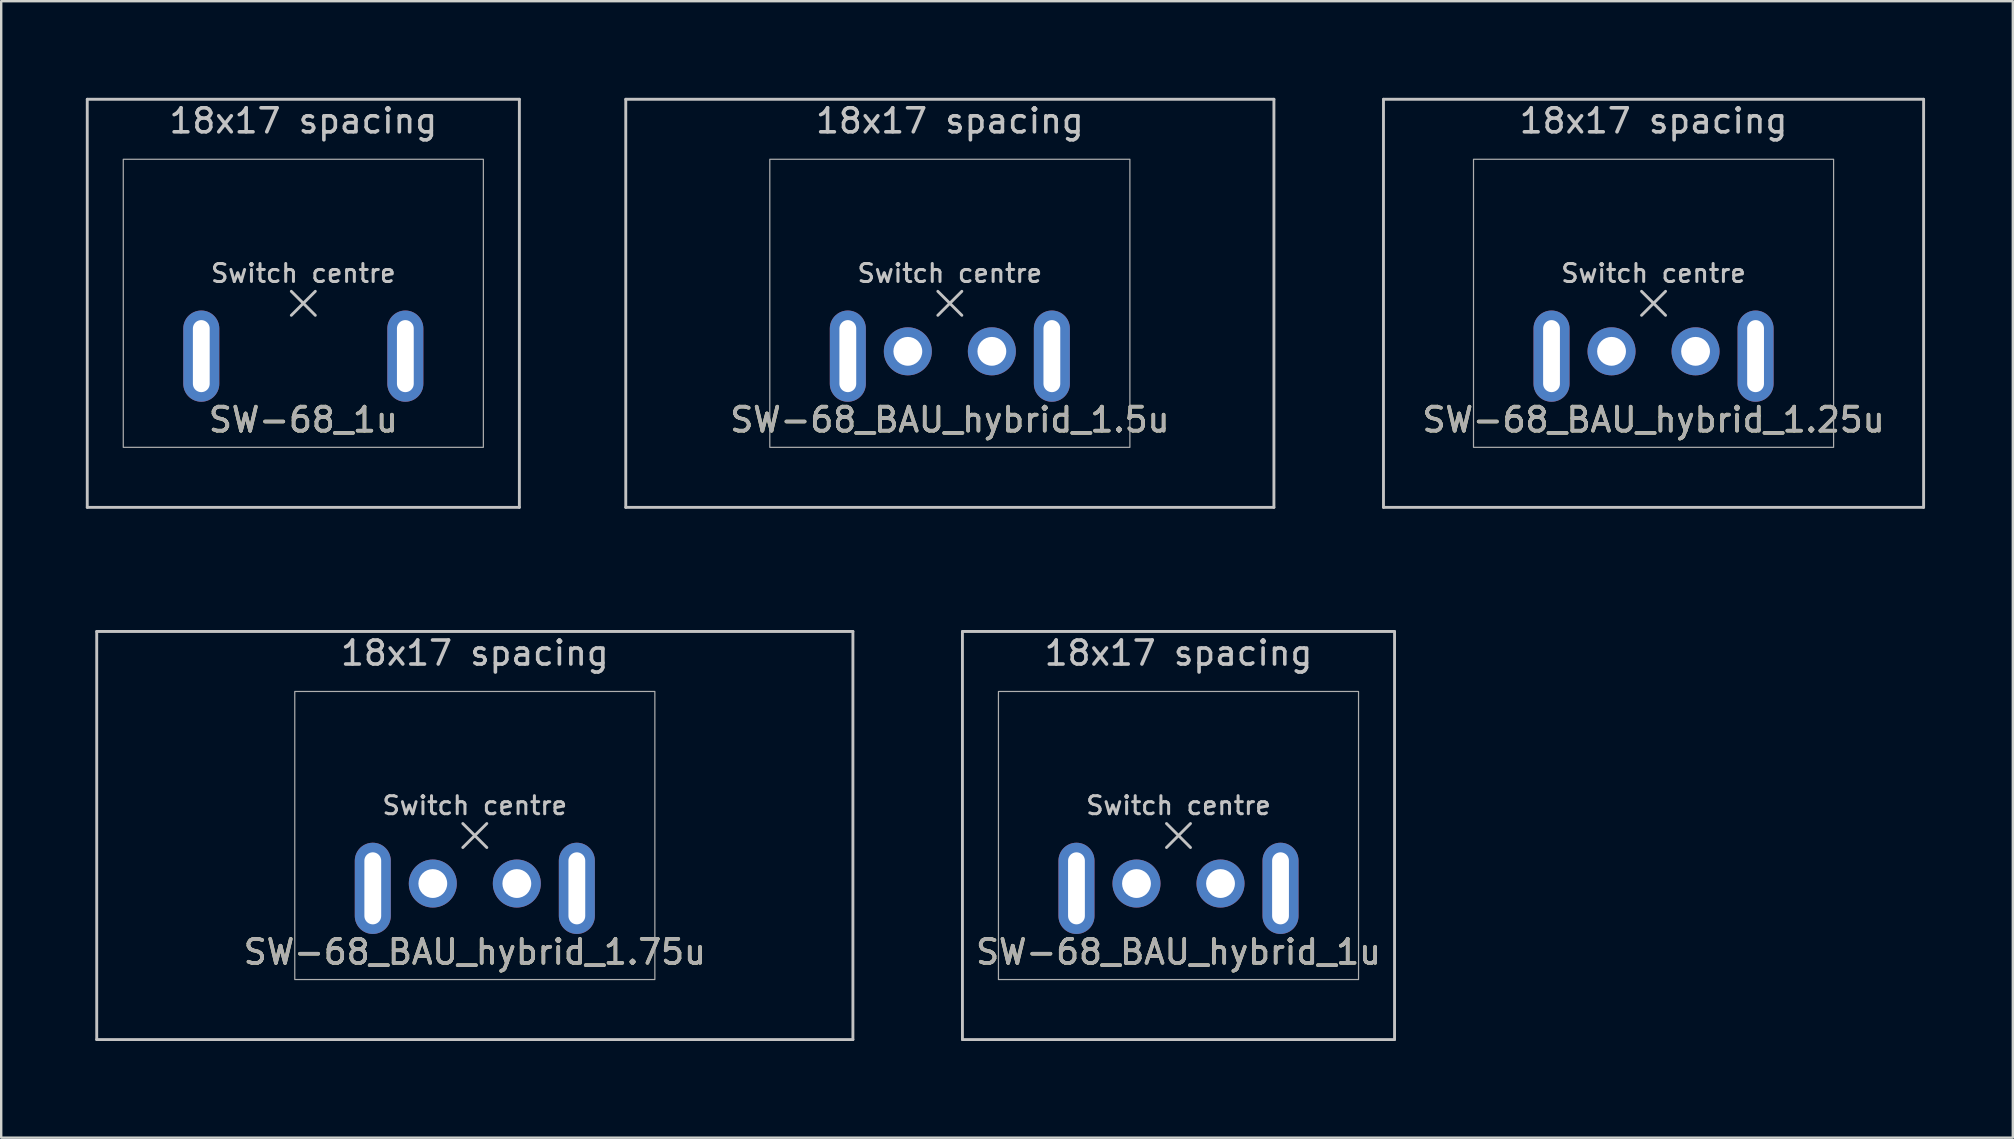
<source format=kicad_pcb>
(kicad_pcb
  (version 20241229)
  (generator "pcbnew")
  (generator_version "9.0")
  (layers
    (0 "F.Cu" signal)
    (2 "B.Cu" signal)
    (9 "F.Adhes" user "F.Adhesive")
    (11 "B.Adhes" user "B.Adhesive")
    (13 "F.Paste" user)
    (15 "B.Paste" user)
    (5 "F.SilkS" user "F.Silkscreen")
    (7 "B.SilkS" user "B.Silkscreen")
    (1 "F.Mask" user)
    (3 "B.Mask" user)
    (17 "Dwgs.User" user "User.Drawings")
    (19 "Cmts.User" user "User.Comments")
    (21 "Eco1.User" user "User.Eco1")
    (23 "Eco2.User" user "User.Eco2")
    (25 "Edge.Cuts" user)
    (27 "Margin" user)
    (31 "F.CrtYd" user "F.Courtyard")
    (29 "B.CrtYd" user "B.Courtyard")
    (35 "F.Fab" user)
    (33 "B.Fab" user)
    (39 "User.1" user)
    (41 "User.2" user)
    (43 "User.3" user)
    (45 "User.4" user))
  (footprint "SW-68_BAU_hybrid_1.5u"
    (layer "F.Cu")
    (at 36.517 9.585)
    (property "Reference" "SW-68_BAU_hybrid_1.5u" (at 0 4.85 0) (unlocked yes) (layer "F.SilkS") (effects (font (size 1 1) (thickness 0.15))))
    (attr through_hole)
    (fp_line (start -13.5 -8.5) (end 13.5 -8.5) (stroke (width 0.12) (type solid)) (layer "Dwgs.User"))
    (fp_line (start -13.5 8.5) (end -13.5 -8.5) (stroke (width 0.12) (type solid)) (layer "Dwgs.User"))
    (fp_line (start -0.5 -0.5) (end 0.5 0.5) (stroke (width 0.12) (type solid)) (layer "Dwgs.User"))
    (fp_line (start -0.5 0.5) (end 0.5 -0.5) (stroke (width 0.12) (type solid)) (layer "Dwgs.User"))
    (fp_line (start 13.5 -8.5) (end 13.5 8.5) (stroke (width 0.12) (type solid)) (layer "Dwgs.User"))
    (fp_line (start 13.5 8.5) (end -13.5 8.5) (stroke (width 0.12) (type solid)) (layer "Dwgs.User"))
    (fp_line (start -14.287 -9.525) (end -14.287 9.525) (stroke (width 0.12) (type solid)) (layer "Eco1.User"))
    (fp_line (start -14.287 9.525) (end 14.287 9.525) (stroke (width 0.12) (type solid)) (layer "Eco1.User"))
    (fp_line (start 14.287 -9.525) (end -14.287 -9.525) (stroke (width 0.12) (type solid)) (layer "Eco1.User"))
    (fp_line (start 14.287 9.525) (end 14.287 -9.525) (stroke (width 0.12) (type solid)) (layer "Eco1.User"))
    (fp_rect (start 7.5 6) (end -7.5 -6) (stroke (width 0.05) (type solid)) (fill no) (layer "F.Fab"))
    (fp_text user "Switch centre" (at 0 -1.25 0) (unlocked yes) (layer "Dwgs.User") (effects (font (size 0.75 0.75) (thickness 0.125))))
    (fp_text user "18x17 spacing" (at 0 -7.6 0) (layer "Dwgs.User") (effects (font (size 1 1) (thickness 0.15))))
    (fp_text user "19.05 spacing" (at 0 -8.7 0) (layer "Eco1.User") (effects (font (size 1 1) (thickness 0.15))))
    (fp_text user "${REFERENCE}" (at 0 4.85 0) (unlocked yes) (layer "F.Fab") (effects (font (size 1 1) (thickness 0.15))))
    (pad "1" thru_hole circle (at 1.75 2) (size 2 2) (drill 1.2) (layers "*.Cu" "*.Mask"))
    (pad "1" thru_hole oval (at 4.25 2.2) (size 1.5 3.8) (drill oval 0.7 3) (layers "*.Cu" "*.Mask"))
    (pad "2" thru_hole oval (at -4.25 2.2) (size 1.5 3.8) (drill oval 0.7 3) (layers "*.Cu" "*.Mask"))
    (pad "2" thru_hole circle (at -1.75 2) (size 2 2) (drill 1.2) (layers "*.Cu" "*.Mask")))
  (footprint "SW-68_BAU_hybrid_1u"
    (layer "F.Cu")
    (at 46.042 31.755)
    (property "Reference" "SW-68_BAU_hybrid_1u" (at 0 4.85 0) (unlocked yes) (layer "F.SilkS") (effects (font (size 1 1) (thickness 0.15))))
    (attr through_hole)
    (fp_line (start -9 -8.5) (end 9 -8.5) (stroke (width 0.12) (type solid)) (layer "Dwgs.User"))
    (fp_line (start -9 8.5) (end -9 -8.5) (stroke (width 0.12) (type solid)) (layer "Dwgs.User"))
    (fp_line (start -9 8.5) (end 9 8.5) (stroke (width 0.12) (type solid)) (layer "Dwgs.User"))
    (fp_line (start -0.5 -0.5) (end 0.5 0.5) (stroke (width 0.12) (type solid)) (layer "Dwgs.User"))
    (fp_line (start -0.5 0.5) (end 0.5 -0.5) (stroke (width 0.12) (type solid)) (layer "Dwgs.User"))
    (fp_line (start 9 -8.5) (end 9 8.5) (stroke (width 0.12) (type solid)) (layer "Dwgs.User"))
    (fp_line (start -9.525 -9.525) (end -9.525 9.525) (stroke (width 0.12) (type solid)) (layer "Eco1.User"))
    (fp_line (start 9.525 -9.525) (end -9.525 -9.525) (stroke (width 0.12) (type solid)) (layer "Eco1.User"))
    (fp_line (start 9.525 9.525) (end -9.525 9.525) (stroke (width 0.12) (type solid)) (layer "Eco1.User"))
    (fp_line (start 9.525 9.525) (end 9.525 -9.525) (stroke (width 0.12) (type solid)) (layer "Eco1.User"))
    (fp_rect (start 7.5 6) (end -7.5 -6) (stroke (width 0.05) (type solid)) (fill no) (layer "F.Fab"))
    (fp_text user "Switch centre" (at 0 -1.25 0) (unlocked yes) (layer "Dwgs.User") (effects (font (size 0.75 0.75) (thickness 0.125))))
    (fp_text user "18x17 spacing" (at 0 -7.6 180) (layer "Dwgs.User") (effects (font (size 1 1) (thickness 0.15))))
    (fp_text user "19.05 spacing" (at 0 -8.7 180) (layer "Eco1.User") (effects (font (size 1 1) (thickness 0.15))))
    (fp_text user "${REFERENCE}" (at 0 4.85 0) (unlocked yes) (layer "F.Fab") (effects (font (size 1 1) (thickness 0.15))))
    (pad "1" thru_hole circle (at 1.75 2) (size 2 2) (drill 1.2) (layers "*.Cu" "*.Mask"))
    (pad "1" thru_hole oval (at 4.25 2.2) (size 1.5 3.8) (drill oval 0.7 3) (layers "*.Cu" "*.Mask"))
    (pad "2" thru_hole oval (at -4.25 2.2) (size 1.5 3.8) (drill oval 0.7 3) (layers "*.Cu" "*.Mask"))
    (pad "2" thru_hole circle (at -1.75 2) (size 2 2) (drill 1.2) (layers "*.Cu" "*.Mask")))
  (footprint "SW-68_1u"
    (layer "F.Cu")
    (at 9.585 9.585)
    (property "Reference" "SW-68_1u" (at 0 4.85 0) (unlocked yes) (layer "F.SilkS") (effects (font (size 1 1) (thickness 0.15))))
    (attr through_hole)
    (fp_line (start -9 -8.5) (end 9 -8.5) (stroke (width 0.12) (type solid)) (layer "Dwgs.User"))
    (fp_line (start -9 8.5) (end -9 -8.5) (stroke (width 0.12) (type solid)) (layer "Dwgs.User"))
    (fp_line (start -9 8.5) (end 9 8.5) (stroke (width 0.12) (type solid)) (layer "Dwgs.User"))
    (fp_line (start -0.5 -0.5) (end 0.5 0.5) (stroke (width 0.12) (type solid)) (layer "Dwgs.User"))
    (fp_line (start -0.5 0.5) (end 0.5 -0.5) (stroke (width 0.12) (type solid)) (layer "Dwgs.User"))
    (fp_line (start 9 -8.5) (end 9 8.5) (stroke (width 0.12) (type solid)) (layer "Dwgs.User"))
    (fp_line (start -9.525 -9.525) (end -9.525 9.525) (stroke (width 0.12) (type solid)) (layer "Eco1.User"))
    (fp_line (start 9.525 -9.525) (end -9.525 -9.525) (stroke (width 0.12) (type solid)) (layer "Eco1.User"))
    (fp_line (start 9.525 9.525) (end -9.525 9.525) (stroke (width 0.12) (type solid)) (layer "Eco1.User"))
    (fp_line (start 9.525 9.525) (end 9.525 -9.525) (stroke (width 0.12) (type solid)) (layer "Eco1.User"))
    (fp_rect (start 7.5 6) (end -7.5 -6) (stroke (width 0.05) (type solid)) (fill no) (layer "F.Fab"))
    (fp_text user "Switch centre" (at 0 -1.25 0) (unlocked yes) (layer "Dwgs.User") (effects (font (size 0.75 0.75) (thickness 0.125))))
    (fp_text user "18x17 spacing" (at 0 -7.6 180) (layer "Dwgs.User") (effects (font (size 1 1) (thickness 0.15))))
    (fp_text user "19.05 spacing" (at 0 -8.7 180) (layer "Eco1.User") (effects (font (size 1 1) (thickness 0.15))))
    (fp_text user "${REFERENCE}" (at 0 4.85 0) (unlocked yes) (layer "F.Fab") (effects (font (size 1 1) (thickness 0.15))))
    (pad "1" thru_hole oval (at 4.25 2.2) (size 1.5 3.8) (drill oval 0.7 3) (layers "*.Cu" "*.Mask"))
    (pad "2" thru_hole oval (at -4.25 2.2) (size 1.5 3.8) (drill oval 0.7 3) (layers "*.Cu" "*.Mask")))
  (footprint "SW-68_BAU_hybrid_1.25u"
    (layer "F.Cu")
    (at 65.831 9.585)
    (property "Reference" "SW-68_BAU_hybrid_1.25u" (at 0 4.85 0) (unlocked yes) (layer "F.SilkS") (effects (font (size 1 1) (thickness 0.15))))
    (attr through_hole)
    (fp_line (start -11.25 -8.5) (end 11.25 -8.5) (stroke (width 0.12) (type solid)) (layer "Dwgs.User"))
    (fp_line (start -11.25 8.5) (end -11.25 -8.5) (stroke (width 0.12) (type solid)) (layer "Dwgs.User"))
    (fp_line (start -0.5 -0.5) (end 0.5 0.5) (stroke (width 0.12) (type solid)) (layer "Dwgs.User"))
    (fp_line (start -0.5 0.5) (end 0.5 -0.5) (stroke (width 0.12) (type solid)) (layer "Dwgs.User"))
    (fp_line (start 11.25 -8.5) (end 11.25 8.5) (stroke (width 0.12) (type solid)) (layer "Dwgs.User"))
    (fp_line (start 11.25 8.5) (end -11.25 8.5) (stroke (width 0.12) (type solid)) (layer "Dwgs.User"))
    (fp_line (start -11.906 -9.525) (end -11.906 9.525) (stroke (width 0.12) (type solid)) (layer "Eco1.User"))
    (fp_line (start -11.906 9.525) (end 11.906 9.525) (stroke (width 0.12) (type solid)) (layer "Eco1.User"))
    (fp_line (start 11.906 -9.525) (end -11.906 -9.525) (stroke (width 0.12) (type solid)) (layer "Eco1.User"))
    (fp_line (start 11.906 9.525) (end 11.906 -9.525) (stroke (width 0.12) (type solid)) (layer "Eco1.User"))
    (fp_rect (start 7.5 6) (end -7.5 -6) (stroke (width 0.05) (type solid)) (fill no) (layer "F.Fab"))
    (fp_text user "18x17 spacing" (at 0 -7.6 0) (layer "Dwgs.User") (effects (font (size 1 1) (thickness 0.15))))
    (fp_text user "Switch centre" (at 0 -1.25 0) (unlocked yes) (layer "Dwgs.User") (effects (font (size 0.75 0.75) (thickness 0.125))))
    (fp_text user "19.05 spacing" (at 0 -8.7 0) (layer "Eco1.User") (effects (font (size 1 1) (thickness 0.15))))
    (fp_text user "${REFERENCE}" (at 0 4.85 0) (unlocked yes) (layer "F.Fab") (effects (font (size 1 1) (thickness 0.15))))
    (pad "1" thru_hole circle (at 1.75 2) (size 2 2) (drill 1.2) (layers "*.Cu" "*.Mask"))
    (pad "1" thru_hole oval (at 4.25 2.2) (size 1.5 3.8) (drill oval 0.7 3) (layers "*.Cu" "*.Mask"))
    (pad "2" thru_hole oval (at -4.25 2.2) (size 1.5 3.8) (drill oval 0.7 3) (layers "*.Cu" "*.Mask"))
    (pad "2" thru_hole circle (at -1.75 2) (size 2 2) (drill 1.2) (layers "*.Cu" "*.Mask")))
  (footprint "SW-68_BAU_hybrid_1.75u"
    (layer "F.Cu")
    (at 16.729 31.755)
    (property "Reference" "SW-68_BAU_hybrid_1.75u" (at 0 4.85 0) (unlocked yes) (layer "F.SilkS") (effects (font (size 1 1) (thickness 0.15))))
    (attr through_hole)
    (fp_line (start -15.75 -8.5) (end 15.75 -8.5) (stroke (width 0.12) (type solid)) (layer "Dwgs.User"))
    (fp_line (start -15.75 8.5) (end -15.75 -8.5) (stroke (width 0.12) (type solid)) (layer "Dwgs.User"))
    (fp_line (start -0.5 -0.5) (end 0.5 0.5) (stroke (width 0.12) (type solid)) (layer "Dwgs.User"))
    (fp_line (start -0.5 0.5) (end 0.5 -0.5) (stroke (width 0.12) (type solid)) (layer "Dwgs.User"))
    (fp_line (start 15.75 -8.5) (end 15.75 8.5) (stroke (width 0.12) (type solid)) (layer "Dwgs.User"))
    (fp_line (start 15.75 8.5) (end -15.75 8.5) (stroke (width 0.12) (type solid)) (layer "Dwgs.User"))
    (fp_line (start -16.669 -9.525) (end -16.669 9.525) (stroke (width 0.12) (type solid)) (layer "Eco1.User"))
    (fp_line (start -16.669 9.525) (end 16.669 9.525) (stroke (width 0.12) (type solid)) (layer "Eco1.User"))
    (fp_line (start 16.669 -9.525) (end -16.669 -9.525) (stroke (width 0.12) (type solid)) (layer "Eco1.User"))
    (fp_line (start 16.669 9.525) (end 16.669 -9.525) (stroke (width 0.12) (type solid)) (layer "Eco1.User"))
    (fp_rect (start 7.5 6) (end -7.5 -6) (stroke (width 0.05) (type solid)) (fill no) (layer "F.Fab"))
    (fp_text user "18x17 spacing" (at 0 -7.6 0) (layer "Dwgs.User") (effects (font (size 1 1) (thickness 0.15))))
    (fp_text user "Switch centre" (at 0 -1.25 0) (unlocked yes) (layer "Dwgs.User") (effects (font (size 0.75 0.75) (thickness 0.125))))
    (fp_text user "19.05 spacing" (at 0 -8.7 0) (layer "Eco1.User") (effects (font (size 1 1) (thickness 0.15))))
    (fp_text user "${REFERENCE}" (at 0 4.85 0) (unlocked yes) (layer "F.Fab") (effects (font (size 1 1) (thickness 0.15))))
    (pad "1" thru_hole circle (at 1.75 2) (size 2 2) (drill 1.2) (layers "*.Cu" "*.Mask"))
    (pad "1" thru_hole oval (at 4.25 2.2) (size 1.5 3.8) (drill oval 0.7 3) (layers "*.Cu" "*.Mask"))
    (pad "2" thru_hole oval (at -4.25 2.2) (size 1.5 3.8) (drill oval 0.7 3) (layers "*.Cu" "*.Mask"))
    (pad "2" thru_hole circle (at -1.75 2) (size 2 2) (drill 1.2) (layers "*.Cu" "*.Mask")))
  (gr_rect
    (start -3 -3)
    (end 80.797 44.34)
    (stroke (width 0.1) (type default))
    (fill no)
    (layer "Edge.Cuts")))
</source>
